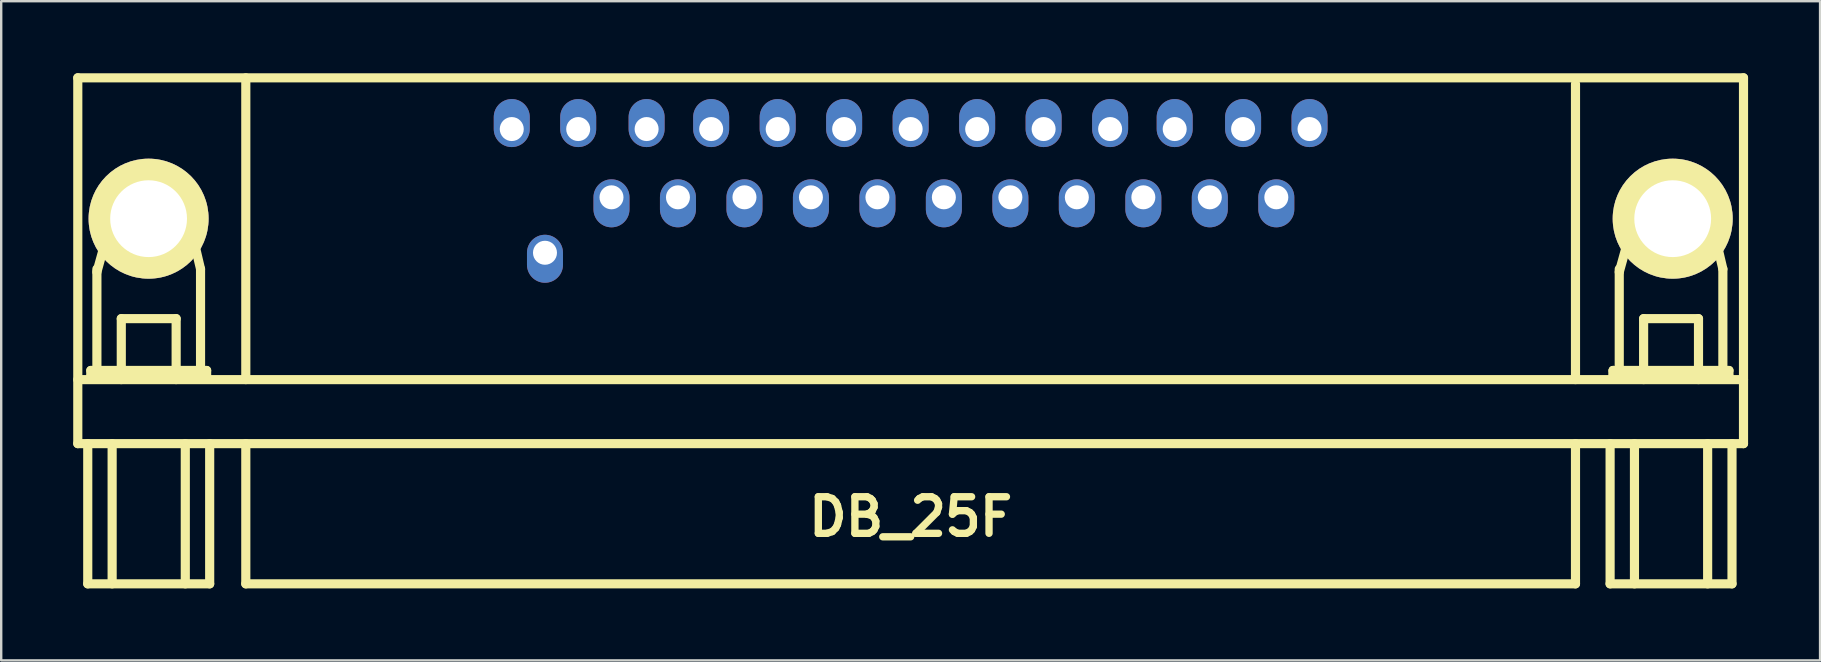
<source format=kicad_pcb>
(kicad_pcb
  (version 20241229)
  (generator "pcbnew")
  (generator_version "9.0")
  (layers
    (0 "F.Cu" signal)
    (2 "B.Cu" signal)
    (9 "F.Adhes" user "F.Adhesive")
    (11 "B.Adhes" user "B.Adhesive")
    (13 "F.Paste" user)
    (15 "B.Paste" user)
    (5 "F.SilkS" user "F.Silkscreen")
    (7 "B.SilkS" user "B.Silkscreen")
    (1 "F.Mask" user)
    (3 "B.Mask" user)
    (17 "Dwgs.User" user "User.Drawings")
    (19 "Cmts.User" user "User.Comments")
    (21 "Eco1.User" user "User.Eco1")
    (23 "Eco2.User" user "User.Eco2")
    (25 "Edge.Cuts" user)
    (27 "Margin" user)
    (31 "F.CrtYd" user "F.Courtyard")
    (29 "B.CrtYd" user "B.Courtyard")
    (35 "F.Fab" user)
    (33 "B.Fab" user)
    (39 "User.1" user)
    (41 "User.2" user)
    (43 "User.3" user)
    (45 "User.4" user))
  (footprint "DB_25F"
    (layer "F.Cu")
    (at 34.891 10.861)
    (property "Reference" "DB_25F" (at 0 7.62 0) (layer "F.SilkS") (effects (font (size 1.524 1.524) (thickness 0.305))))
    (attr through_hole)
    (fp_line (start -34.7 -10.67) (end -34.7 4.572) (stroke (width 0.381) (type solid)) (layer "F.SilkS"))
    (fp_line (start -34.7 1.905) (end 34.7 1.905) (stroke (width 0.381) (type solid)) (layer "F.SilkS"))
    (fp_line (start -34.285 4.572) (end -34.285 10.414) (stroke (width 0.381) (type solid)) (layer "F.SilkS"))
    (fp_line (start -34.285 10.414) (end -29.205 10.414) (stroke (width 0.381) (type solid)) (layer "F.SilkS"))
    (fp_line (start -34.158 1.524) (end -34.158 1.778) (stroke (width 0.381) (type solid)) (layer "F.SilkS"))
    (fp_line (start -34.158 1.778) (end -29.332 1.778) (stroke (width 0.381) (type solid)) (layer "F.SilkS"))
    (fp_line (start -33.904 -2.576) (end -33.269 -4.862) (stroke (width 0.381) (type solid)) (layer "F.SilkS"))
    (fp_line (start -33.904 1.524) (end -33.904 -2.703) (stroke (width 0.381) (type solid)) (layer "F.SilkS"))
    (fp_line (start -33.269 -4.862) (end -30.094 -4.862) (stroke (width 0.381) (type solid)) (layer "F.SilkS"))
    (fp_line (start -33.269 4.572) (end -33.269 10.414) (stroke (width 0.381) (type solid)) (layer "F.SilkS"))
    (fp_line (start -32.888 -0.635) (end -30.602 -0.635) (stroke (width 0.381) (type solid)) (layer "F.SilkS"))
    (fp_line (start -32.888 1.905) (end -32.888 -0.635) (stroke (width 0.381) (type solid)) (layer "F.SilkS"))
    (fp_line (start -30.602 -0.635) (end -30.602 1.905) (stroke (width 0.381) (type solid)) (layer "F.SilkS"))
    (fp_line (start -30.221 4.572) (end -30.221 10.414) (stroke (width 0.381) (type solid)) (layer "F.SilkS"))
    (fp_line (start -30.094 -4.862) (end -29.586 -2.703) (stroke (width 0.381) (type solid)) (layer "F.SilkS"))
    (fp_line (start -29.586 -2.703) (end -29.586 1.524) (stroke (width 0.381) (type solid)) (layer "F.SilkS"))
    (fp_line (start -29.332 1.524) (end -34.158 1.524) (stroke (width 0.381) (type solid)) (layer "F.SilkS"))
    (fp_line (start -29.332 1.778) (end -29.332 1.524) (stroke (width 0.381) (type solid)) (layer "F.SilkS"))
    (fp_line (start -29.205 4.572) (end -29.205 10.414) (stroke (width 0.381) (type solid)) (layer "F.SilkS"))
    (fp_line (start -27.7 1.905) (end -27.7 -10.668) (stroke (width 0.381) (type solid)) (layer "F.SilkS"))
    (fp_line (start -27.7 4.572) (end -27.7 10.414) (stroke (width 0.381) (type solid)) (layer "F.SilkS"))
    (fp_line (start 27.7 1.905) (end 27.7 -10.414) (stroke (width 0.381) (type solid)) (layer "F.SilkS"))
    (fp_line (start 27.7 10.414) (end -27.7 10.414) (stroke (width 0.381) (type solid)) (layer "F.SilkS"))
    (fp_line (start 27.7 10.414) (end 27.7 4.572) (stroke (width 0.381) (type solid)) (layer "F.SilkS"))
    (fp_line (start 29.142 4.572) (end 29.142 10.414) (stroke (width 0.381) (type solid)) (layer "F.SilkS"))
    (fp_line (start 29.142 10.414) (end 34.221 10.414) (stroke (width 0.381) (type solid)) (layer "F.SilkS"))
    (fp_line (start 29.268 1.524) (end 29.268 1.778) (stroke (width 0.381) (type solid)) (layer "F.SilkS"))
    (fp_line (start 29.268 1.524) (end 29.268 1.778) (stroke (width 0.381) (type solid)) (layer "F.SilkS"))
    (fp_line (start 29.268 1.778) (end 34.094 1.778) (stroke (width 0.381) (type solid)) (layer "F.SilkS"))
    (fp_line (start 29.523 -2.576) (end 30.157 -4.862) (stroke (width 0.381) (type solid)) (layer "F.SilkS"))
    (fp_line (start 29.523 1.524) (end 29.523 -2.703) (stroke (width 0.381) (type solid)) (layer "F.SilkS"))
    (fp_line (start 30.157 -4.862) (end 33.333 -4.862) (stroke (width 0.381) (type solid)) (layer "F.SilkS"))
    (fp_line (start 30.157 4.572) (end 30.157 10.414) (stroke (width 0.381) (type solid)) (layer "F.SilkS"))
    (fp_line (start 30.538 -0.635) (end 32.825 -0.635) (stroke (width 0.381) (type solid)) (layer "F.SilkS"))
    (fp_line (start 30.538 1.905) (end 30.538 -0.635) (stroke (width 0.381) (type solid)) (layer "F.SilkS"))
    (fp_line (start 32.825 -0.635) (end 32.825 1.905) (stroke (width 0.381) (type solid)) (layer "F.SilkS"))
    (fp_line (start 33.206 4.572) (end 33.206 10.414) (stroke (width 0.381) (type solid)) (layer "F.SilkS"))
    (fp_line (start 33.333 -4.862) (end 33.84 -2.703) (stroke (width 0.381) (type solid)) (layer "F.SilkS"))
    (fp_line (start 33.84 -2.703) (end 33.84 1.524) (stroke (width 0.381) (type solid)) (layer "F.SilkS"))
    (fp_line (start 34.094 1.524) (end 29.268 1.524) (stroke (width 0.381) (type solid)) (layer "F.SilkS"))
    (fp_line (start 34.094 1.778) (end 34.094 1.524) (stroke (width 0.381) (type solid)) (layer "F.SilkS"))
    (fp_line (start 34.221 4.572) (end 34.221 10.414) (stroke (width 0.381) (type solid)) (layer "F.SilkS"))
    (fp_line (start 34.7 -10.67) (end 34.7 4.572) (stroke (width 0.381) (type solid)) (layer "F.SilkS"))
    (fp_line (start 34.7 -10.668) (end -34.7 -10.668) (stroke (width 0.381) (type solid)) (layer "F.SilkS"))
    (fp_line (start 34.7 4.572) (end -34.7 4.572) (stroke (width 0.381) (type solid)) (layer "F.SilkS"))
    (pad "" thru_hole circle (at -31.75 -4.8) (size 5 5) (drill 3.2) (layers "*.Cu" "*.Mask" "F.SilkS"))
    (pad "" thru_hole circle (at 31.75 -4.8) (size 5 5) (drill 3.2) (layers "*.Cu" "*.Mask" "F.SilkS"))
    (pad "1" thru_hole oval (at 16.619 -8.534) (size 1.5 2) (drill 1 (offset 0 -0.25)) (layers "*.Cu" "*.Mask"))
    (pad "2" thru_hole oval (at 13.851 -8.534) (size 1.5 2) (drill 1 (offset 0 -0.25)) (layers "*.Cu" "*.Mask"))
    (pad "3" thru_hole oval (at 11.001 -8.534) (size 1.5 2) (drill 1 (offset 0 -0.25)) (layers "*.Cu" "*.Mask"))
    (pad "4" thru_hole oval (at 8.311 -8.534) (size 1.5 2) (drill 1 (offset 0 -0.25)) (layers "*.Cu" "*.Mask"))
    (pad "5" thru_hole oval (at 5.54 -8.534) (size 1.5 2) (drill 1 (offset 0 -0.25)) (layers "*.Cu" "*.Mask"))
    (pad "6" thru_hole oval (at 2.771 -8.534) (size 1.5 2) (drill 1 (offset 0 -0.25)) (layers "*.Cu" "*.Mask"))
    (pad "7" thru_hole oval (at 0 -8.534) (size 1.5 2) (drill 1 (offset 0 -0.25)) (layers "*.Cu" "*.Mask"))
    (pad "8" thru_hole oval (at -2.771 -8.534) (size 1.5 2) (drill 1 (offset 0 -0.25)) (layers "*.Cu" "*.Mask"))
    (pad "9" thru_hole oval (at -5.54 -8.534) (size 1.5 2) (drill 1 (offset 0 -0.25)) (layers "*.Cu" "*.Mask"))
    (pad "10" thru_hole oval (at -8.311 -8.534) (size 1.5 2) (drill 1 (offset 0 -0.25)) (layers "*.Cu" "*.Mask"))
    (pad "11" thru_hole oval (at -11.001 -8.534) (size 1.5 2) (drill 1 (offset 0 -0.25)) (layers "*.Cu" "*.Mask"))
    (pad "12" thru_hole oval (at -13.851 -8.534) (size 1.5 2) (drill 1 (offset 0 -0.25)) (layers "*.Cu" "*.Mask"))
    (pad "13" thru_hole oval (at -16.619 -8.534) (size 1.5 2) (drill 1 (offset 0 -0.25)) (layers "*.Cu" "*.Mask"))
    (pad "14" thru_hole oval (at 15.235 -5.69) (size 1.5 2) (drill 1 (offset 0 0.25)) (layers "*.Cu" "*.Mask"))
    (pad "15" thru_hole oval (at 12.464 -5.69) (size 1.5 2) (drill 1 (offset 0 0.25)) (layers "*.Cu" "*.Mask"))
    (pad "16" thru_hole oval (at 9.695 -5.69) (size 1.5 2) (drill 1 (offset 0 0.25)) (layers "*.Cu" "*.Mask"))
    (pad "17" thru_hole oval (at 6.924 -5.69) (size 1.5 2) (drill 1 (offset 0 0.25)) (layers "*.Cu" "*.Mask"))
    (pad "18" thru_hole oval (at 4.155 -5.69) (size 1.5 2) (drill 1 (offset 0 0.25)) (layers "*.Cu" "*.Mask"))
    (pad "19" thru_hole oval (at 1.384 -5.69) (size 1.5 2) (drill 1 (offset 0 0.25)) (layers "*.Cu" "*.Mask"))
    (pad "20" thru_hole oval (at -1.384 -5.69) (size 1.5 2) (drill 1 (offset 0 0.25)) (layers "*.Cu" "*.Mask"))
    (pad "21" thru_hole oval (at -4.155 -5.69) (size 1.5 2) (drill 1 (offset 0 0.25)) (layers "*.Cu" "*.Mask"))
    (pad "22" thru_hole oval (at -6.924 -5.69) (size 1.5 2) (drill 1 (offset 0 0.25)) (layers "*.Cu" "*.Mask"))
    (pad "23" thru_hole oval (at -9.695 -5.69) (size 1.5 2) (drill 1 (offset 0 0.25)) (layers "*.Cu" "*.Mask"))
    (pad "24" thru_hole oval (at -12.464 -5.69) (size 1.5 2) (drill 1 (offset 0 0.25)) (layers "*.Cu" "*.Mask"))
    (pad "25" thru_hole oval (at -15.235 -3.38) (size 1.5 2) (drill 1 (offset 0 0.25)) (layers "*.Cu" "*.Mask")))
  (gr_rect
    (start -3 -3)
    (end 72.781 24.465)
    (stroke (width 0.1) (type default))
    (fill no)
    (layer "Edge.Cuts")))
</source>
